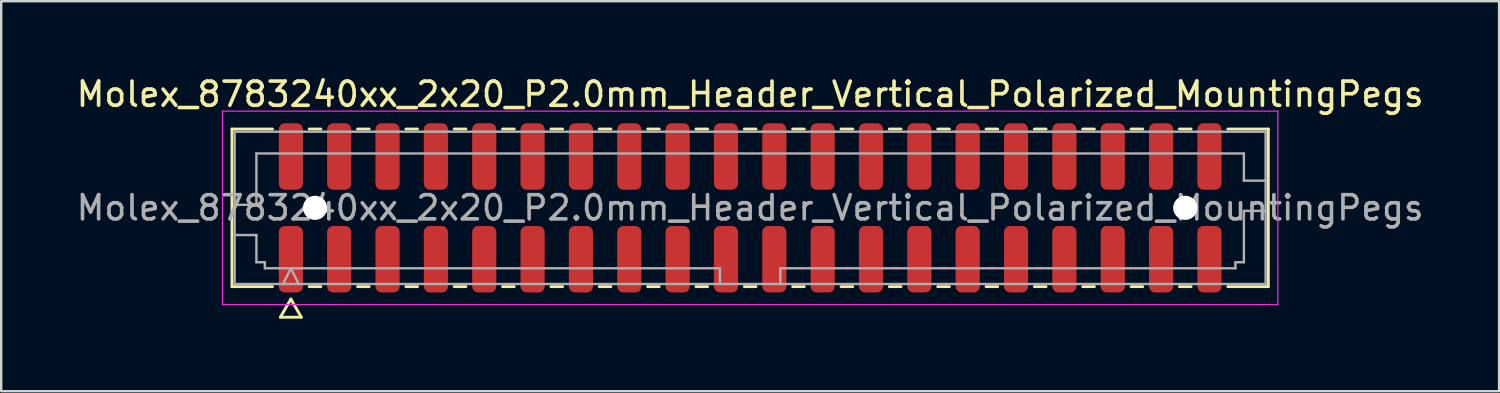
<source format=kicad_pcb>
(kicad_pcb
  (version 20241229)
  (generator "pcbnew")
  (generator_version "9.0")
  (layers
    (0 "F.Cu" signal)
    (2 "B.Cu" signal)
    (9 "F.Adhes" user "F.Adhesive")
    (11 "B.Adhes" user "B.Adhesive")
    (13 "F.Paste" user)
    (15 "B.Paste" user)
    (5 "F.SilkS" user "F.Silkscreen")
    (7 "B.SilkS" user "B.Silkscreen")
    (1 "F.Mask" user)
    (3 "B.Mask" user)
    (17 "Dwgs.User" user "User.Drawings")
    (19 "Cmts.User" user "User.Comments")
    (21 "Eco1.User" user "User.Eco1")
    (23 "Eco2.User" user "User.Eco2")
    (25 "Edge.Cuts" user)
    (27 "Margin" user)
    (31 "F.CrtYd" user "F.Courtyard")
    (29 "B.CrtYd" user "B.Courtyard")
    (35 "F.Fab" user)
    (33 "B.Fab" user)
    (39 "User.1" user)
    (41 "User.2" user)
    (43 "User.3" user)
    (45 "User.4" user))
  (footprint "Molex_8783240xx_2x20_P2.0mm_Header_Vertical_Polarized_MountingPegs"
    (layer "F.Cu")
    (at 27.982 5.548)
    (property "Reference" "Molex_8783240xx_2x20_P2.0mm_Header_Vertical_Polarized_MountingPegs" (at 0 -4.7 0) (layer "F.SilkS") (effects (font (size 1 1) (thickness 0.15))))
    (attr smd)
    (fp_line (start -21.435 -3.26) (end -19.76 -3.26) (stroke (width 0.12) (type solid)) (layer "F.SilkS"))
    (fp_line (start -21.435 3.26) (end -21.435 -3.26) (stroke (width 0.12) (type solid)) (layer "F.SilkS"))
    (fp_line (start -19.76 3.26) (end -21.435 3.26) (stroke (width 0.12) (type solid)) (layer "F.SilkS"))
    (fp_line (start -19.433 4.525) (end -19 3.775) (stroke (width 0.12) (type solid)) (layer "F.SilkS"))
    (fp_line (start -19 3.775) (end -18.567 4.525) (stroke (width 0.12) (type solid)) (layer "F.SilkS"))
    (fp_line (start -18.567 4.525) (end -19.433 4.525) (stroke (width 0.12) (type solid)) (layer "F.SilkS"))
    (fp_line (start -18.24 -3.26) (end -17.76 -3.26) (stroke (width 0.12) (type solid)) (layer "F.SilkS"))
    (fp_line (start -17.76 3.26) (end -18.24 3.26) (stroke (width 0.12) (type solid)) (layer "F.SilkS"))
    (fp_line (start -16.24 -3.26) (end -15.76 -3.26) (stroke (width 0.12) (type solid)) (layer "F.SilkS"))
    (fp_line (start -15.76 3.26) (end -16.24 3.26) (stroke (width 0.12) (type solid)) (layer "F.SilkS"))
    (fp_line (start -14.24 -3.26) (end -13.76 -3.26) (stroke (width 0.12) (type solid)) (layer "F.SilkS"))
    (fp_line (start -13.76 3.26) (end -14.24 3.26) (stroke (width 0.12) (type solid)) (layer "F.SilkS"))
    (fp_line (start -12.24 -3.26) (end -11.76 -3.26) (stroke (width 0.12) (type solid)) (layer "F.SilkS"))
    (fp_line (start -11.76 3.26) (end -12.24 3.26) (stroke (width 0.12) (type solid)) (layer "F.SilkS"))
    (fp_line (start -10.24 -3.26) (end -9.76 -3.26) (stroke (width 0.12) (type solid)) (layer "F.SilkS"))
    (fp_line (start -9.76 3.26) (end -10.24 3.26) (stroke (width 0.12) (type solid)) (layer "F.SilkS"))
    (fp_line (start -8.24 -3.26) (end -7.76 -3.26) (stroke (width 0.12) (type solid)) (layer "F.SilkS"))
    (fp_line (start -7.76 3.26) (end -8.24 3.26) (stroke (width 0.12) (type solid)) (layer "F.SilkS"))
    (fp_line (start -6.24 -3.26) (end -5.76 -3.26) (stroke (width 0.12) (type solid)) (layer "F.SilkS"))
    (fp_line (start -5.76 3.26) (end -6.24 3.26) (stroke (width 0.12) (type solid)) (layer "F.SilkS"))
    (fp_line (start -4.24 -3.26) (end -3.76 -3.26) (stroke (width 0.12) (type solid)) (layer "F.SilkS"))
    (fp_line (start -3.76 3.26) (end -4.24 3.26) (stroke (width 0.12) (type solid)) (layer "F.SilkS"))
    (fp_line (start -2.24 -3.26) (end -1.76 -3.26) (stroke (width 0.12) (type solid)) (layer "F.SilkS"))
    (fp_line (start -1.76 3.26) (end -2.24 3.26) (stroke (width 0.12) (type solid)) (layer "F.SilkS"))
    (fp_line (start -0.24 -3.26) (end 0.24 -3.26) (stroke (width 0.12) (type solid)) (layer "F.SilkS"))
    (fp_line (start 0.24 3.26) (end -0.24 3.26) (stroke (width 0.12) (type solid)) (layer "F.SilkS"))
    (fp_line (start 1.76 -3.26) (end 2.24 -3.26) (stroke (width 0.12) (type solid)) (layer "F.SilkS"))
    (fp_line (start 2.24 3.26) (end 1.76 3.26) (stroke (width 0.12) (type solid)) (layer "F.SilkS"))
    (fp_line (start 3.76 -3.26) (end 4.24 -3.26) (stroke (width 0.12) (type solid)) (layer "F.SilkS"))
    (fp_line (start 4.24 3.26) (end 3.76 3.26) (stroke (width 0.12) (type solid)) (layer "F.SilkS"))
    (fp_line (start 5.76 -3.26) (end 6.24 -3.26) (stroke (width 0.12) (type solid)) (layer "F.SilkS"))
    (fp_line (start 6.24 3.26) (end 5.76 3.26) (stroke (width 0.12) (type solid)) (layer "F.SilkS"))
    (fp_line (start 7.76 -3.26) (end 8.24 -3.26) (stroke (width 0.12) (type solid)) (layer "F.SilkS"))
    (fp_line (start 8.24 3.26) (end 7.76 3.26) (stroke (width 0.12) (type solid)) (layer "F.SilkS"))
    (fp_line (start 9.76 -3.26) (end 10.24 -3.26) (stroke (width 0.12) (type solid)) (layer "F.SilkS"))
    (fp_line (start 10.24 3.26) (end 9.76 3.26) (stroke (width 0.12) (type solid)) (layer "F.SilkS"))
    (fp_line (start 11.76 -3.26) (end 12.24 -3.26) (stroke (width 0.12) (type solid)) (layer "F.SilkS"))
    (fp_line (start 12.24 3.26) (end 11.76 3.26) (stroke (width 0.12) (type solid)) (layer "F.SilkS"))
    (fp_line (start 13.76 -3.26) (end 14.24 -3.26) (stroke (width 0.12) (type solid)) (layer "F.SilkS"))
    (fp_line (start 14.24 3.26) (end 13.76 3.26) (stroke (width 0.12) (type solid)) (layer "F.SilkS"))
    (fp_line (start 15.76 -3.26) (end 16.24 -3.26) (stroke (width 0.12) (type solid)) (layer "F.SilkS"))
    (fp_line (start 16.24 3.26) (end 15.76 3.26) (stroke (width 0.12) (type solid)) (layer "F.SilkS"))
    (fp_line (start 17.76 -3.26) (end 18.24 -3.26) (stroke (width 0.12) (type solid)) (layer "F.SilkS"))
    (fp_line (start 18.24 3.26) (end 17.76 3.26) (stroke (width 0.12) (type solid)) (layer "F.SilkS"))
    (fp_line (start 19.76 -3.26) (end 21.435 -3.26) (stroke (width 0.12) (type solid)) (layer "F.SilkS"))
    (fp_line (start 21.435 -3.26) (end 21.435 3.26) (stroke (width 0.12) (type solid)) (layer "F.SilkS"))
    (fp_line (start 21.435 3.26) (end 19.76 3.26) (stroke (width 0.12) (type solid)) (layer "F.SilkS"))
    (fp_line (start -21.83 -4) (end -21.83 4) (stroke (width 0.05) (type solid)) (layer "F.CrtYd"))
    (fp_line (start -21.83 4) (end 21.83 4) (stroke (width 0.05) (type solid)) (layer "F.CrtYd"))
    (fp_line (start 21.83 -4) (end -21.83 -4) (stroke (width 0.05) (type solid)) (layer "F.CrtYd"))
    (fp_line (start 21.83 4) (end 21.83 -4) (stroke (width 0.05) (type solid)) (layer "F.CrtYd"))
    (fp_line (start -21.325 -3.15) (end 21.325 -3.15) (stroke (width 0.1) (type solid)) (layer "F.Fab"))
    (fp_line (start -21.325 -0.125) (end -20.425 -0.125) (stroke (width 0.1) (type solid)) (layer "F.Fab"))
    (fp_line (start -21.325 1.125) (end -20.425 1.125) (stroke (width 0.1) (type solid)) (layer "F.Fab"))
    (fp_line (start -21.325 3.15) (end -21.325 -3.15) (stroke (width 0.1) (type solid)) (layer "F.Fab"))
    (fp_line (start -20.425 -2.25) (end 20.425 -2.25) (stroke (width 0.1) (type solid)) (layer "F.Fab"))
    (fp_line (start -20.425 -0.125) (end -20.425 -2.25) (stroke (width 0.1) (type solid)) (layer "F.Fab"))
    (fp_line (start -20.425 1.125) (end -20.425 2.25) (stroke (width 0.1) (type solid)) (layer "F.Fab"))
    (fp_line (start -20.425 2.25) (end -20.075 2.25) (stroke (width 0.1) (type solid)) (layer "F.Fab"))
    (fp_line (start -20.075 2.25) (end -20.075 2.5) (stroke (width 0.1) (type solid)) (layer "F.Fab"))
    (fp_line (start -20.075 2.5) (end -1.25 2.5) (stroke (width 0.1) (type solid)) (layer "F.Fab"))
    (fp_line (start -19.325 3.15) (end -19 2.5) (stroke (width 0.1) (type solid)) (layer "F.Fab"))
    (fp_line (start -19 2.5) (end -18.675 3.15) (stroke (width 0.1) (type solid)) (layer "F.Fab"))
    (fp_line (start -1.25 2.5) (end -1.25 3.15) (stroke (width 0.1) (type solid)) (layer "F.Fab"))
    (fp_line (start 1.25 2.5) (end 1.25 3.15) (stroke (width 0.1) (type solid)) (layer "F.Fab"))
    (fp_line (start 1.25 2.5) (end 20.075 2.5) (stroke (width 0.1) (type solid)) (layer "F.Fab"))
    (fp_line (start 20.075 2.25) (end 20.425 2.25) (stroke (width 0.1) (type solid)) (layer "F.Fab"))
    (fp_line (start 20.075 2.5) (end 20.075 2.25) (stroke (width 0.1) (type solid)) (layer "F.Fab"))
    (fp_line (start 20.425 -2.25) (end 20.425 -1.125) (stroke (width 0.1) (type solid)) (layer "F.Fab"))
    (fp_line (start 20.425 -1.125) (end 21.325 -1.125) (stroke (width 0.1) (type solid)) (layer "F.Fab"))
    (fp_line (start 20.425 0.125) (end 21.325 0.125) (stroke (width 0.1) (type solid)) (layer "F.Fab"))
    (fp_line (start 20.425 2.25) (end 20.425 0.125) (stroke (width 0.1) (type solid)) (layer "F.Fab"))
    (fp_line (start 21.325 -3.15) (end 21.325 3.15) (stroke (width 0.1) (type solid)) (layer "F.Fab"))
    (fp_line (start 21.325 3.15) (end -21.325 3.15) (stroke (width 0.1) (type solid)) (layer "F.Fab"))
    (fp_text user "${REFERENCE}" (at 0 0 0) (layer "F.Fab") (effects (font (size 1 1) (thickness 0.15))))
    (pad "" np_thru_hole circle (at -18 0) (size 1 1) (drill 1) (layers "*.Cu" "*.Mask"))
    (pad "" np_thru_hole circle (at 18 0) (size 1 1) (drill 1) (layers "*.Cu" "*.Mask"))
    (pad "1" smd roundrect (at -19 2.125) (size 1 2.75) (layers "F.Cu" "F.Mask" "F.Paste") (roundrect_rratio 0.25))
    (pad "2" smd roundrect (at -19 -2.125) (size 1 2.75) (layers "F.Cu" "F.Mask" "F.Paste") (roundrect_rratio 0.25))
    (pad "3" smd roundrect (at -17 2.125) (size 1 2.75) (layers "F.Cu" "F.Mask" "F.Paste") (roundrect_rratio 0.25))
    (pad "4" smd roundrect (at -17 -2.125) (size 1 2.75) (layers "F.Cu" "F.Mask" "F.Paste") (roundrect_rratio 0.25))
    (pad "5" smd roundrect (at -15 2.125) (size 1 2.75) (layers "F.Cu" "F.Mask" "F.Paste") (roundrect_rratio 0.25))
    (pad "6" smd roundrect (at -15 -2.125) (size 1 2.75) (layers "F.Cu" "F.Mask" "F.Paste") (roundrect_rratio 0.25))
    (pad "7" smd roundrect (at -13 2.125) (size 1 2.75) (layers "F.Cu" "F.Mask" "F.Paste") (roundrect_rratio 0.25))
    (pad "8" smd roundrect (at -13 -2.125) (size 1 2.75) (layers "F.Cu" "F.Mask" "F.Paste") (roundrect_rratio 0.25))
    (pad "9" smd roundrect (at -11 2.125) (size 1 2.75) (layers "F.Cu" "F.Mask" "F.Paste") (roundrect_rratio 0.25))
    (pad "10" smd roundrect (at -11 -2.125) (size 1 2.75) (layers "F.Cu" "F.Mask" "F.Paste") (roundrect_rratio 0.25))
    (pad "11" smd roundrect (at -9 2.125) (size 1 2.75) (layers "F.Cu" "F.Mask" "F.Paste") (roundrect_rratio 0.25))
    (pad "12" smd roundrect (at -9 -2.125) (size 1 2.75) (layers "F.Cu" "F.Mask" "F.Paste") (roundrect_rratio 0.25))
    (pad "13" smd roundrect (at -7 2.125) (size 1 2.75) (layers "F.Cu" "F.Mask" "F.Paste") (roundrect_rratio 0.25))
    (pad "14" smd roundrect (at -7 -2.125) (size 1 2.75) (layers "F.Cu" "F.Mask" "F.Paste") (roundrect_rratio 0.25))
    (pad "15" smd roundrect (at -5 2.125) (size 1 2.75) (layers "F.Cu" "F.Mask" "F.Paste") (roundrect_rratio 0.25))
    (pad "16" smd roundrect (at -5 -2.125) (size 1 2.75) (layers "F.Cu" "F.Mask" "F.Paste") (roundrect_rratio 0.25))
    (pad "17" smd roundrect (at -3 2.125) (size 1 2.75) (layers "F.Cu" "F.Mask" "F.Paste") (roundrect_rratio 0.25))
    (pad "18" smd roundrect (at -3 -2.125) (size 1 2.75) (layers "F.Cu" "F.Mask" "F.Paste") (roundrect_rratio 0.25))
    (pad "19" smd roundrect (at -1 2.125) (size 1 2.75) (layers "F.Cu" "F.Mask" "F.Paste") (roundrect_rratio 0.25))
    (pad "20" smd roundrect (at -1 -2.125) (size 1 2.75) (layers "F.Cu" "F.Mask" "F.Paste") (roundrect_rratio 0.25))
    (pad "21" smd roundrect (at 1 2.125) (size 1 2.75) (layers "F.Cu" "F.Mask" "F.Paste") (roundrect_rratio 0.25))
    (pad "22" smd roundrect (at 1 -2.125) (size 1 2.75) (layers "F.Cu" "F.Mask" "F.Paste") (roundrect_rratio 0.25))
    (pad "23" smd roundrect (at 3 2.125) (size 1 2.75) (layers "F.Cu" "F.Mask" "F.Paste") (roundrect_rratio 0.25))
    (pad "24" smd roundrect (at 3 -2.125) (size 1 2.75) (layers "F.Cu" "F.Mask" "F.Paste") (roundrect_rratio 0.25))
    (pad "25" smd roundrect (at 5 2.125) (size 1 2.75) (layers "F.Cu" "F.Mask" "F.Paste") (roundrect_rratio 0.25))
    (pad "26" smd roundrect (at 5 -2.125) (size 1 2.75) (layers "F.Cu" "F.Mask" "F.Paste") (roundrect_rratio 0.25))
    (pad "27" smd roundrect (at 7 2.125) (size 1 2.75) (layers "F.Cu" "F.Mask" "F.Paste") (roundrect_rratio 0.25))
    (pad "28" smd roundrect (at 7 -2.125) (size 1 2.75) (layers "F.Cu" "F.Mask" "F.Paste") (roundrect_rratio 0.25))
    (pad "29" smd roundrect (at 9 2.125) (size 1 2.75) (layers "F.Cu" "F.Mask" "F.Paste") (roundrect_rratio 0.25))
    (pad "30" smd roundrect (at 9 -2.125) (size 1 2.75) (layers "F.Cu" "F.Mask" "F.Paste") (roundrect_rratio 0.25))
    (pad "31" smd roundrect (at 11 2.125) (size 1 2.75) (layers "F.Cu" "F.Mask" "F.Paste") (roundrect_rratio 0.25))
    (pad "32" smd roundrect (at 11 -2.125) (size 1 2.75) (layers "F.Cu" "F.Mask" "F.Paste") (roundrect_rratio 0.25))
    (pad "33" smd roundrect (at 13 2.125) (size 1 2.75) (layers "F.Cu" "F.Mask" "F.Paste") (roundrect_rratio 0.25))
    (pad "34" smd roundrect (at 13 -2.125) (size 1 2.75) (layers "F.Cu" "F.Mask" "F.Paste") (roundrect_rratio 0.25))
    (pad "35" smd roundrect (at 15 2.125) (size 1 2.75) (layers "F.Cu" "F.Mask" "F.Paste") (roundrect_rratio 0.25))
    (pad "36" smd roundrect (at 15 -2.125) (size 1 2.75) (layers "F.Cu" "F.Mask" "F.Paste") (roundrect_rratio 0.25))
    (pad "37" smd roundrect (at 17 2.125) (size 1 2.75) (layers "F.Cu" "F.Mask" "F.Paste") (roundrect_rratio 0.25))
    (pad "38" smd roundrect (at 17 -2.125) (size 1 2.75) (layers "F.Cu" "F.Mask" "F.Paste") (roundrect_rratio 0.25))
    (pad "39" smd roundrect (at 19 2.125) (size 1 2.75) (layers "F.Cu" "F.Mask" "F.Paste") (roundrect_rratio 0.25))
    (pad "40" smd roundrect (at 19 -2.125) (size 1 2.75) (layers "F.Cu" "F.Mask" "F.Paste") (roundrect_rratio 0.25)))
  (gr_rect
    (start -3 -3)
    (end 58.964 13.133)
    (stroke (width 0.1) (type default))
    (fill no)
    (layer "Edge.Cuts")))
</source>
